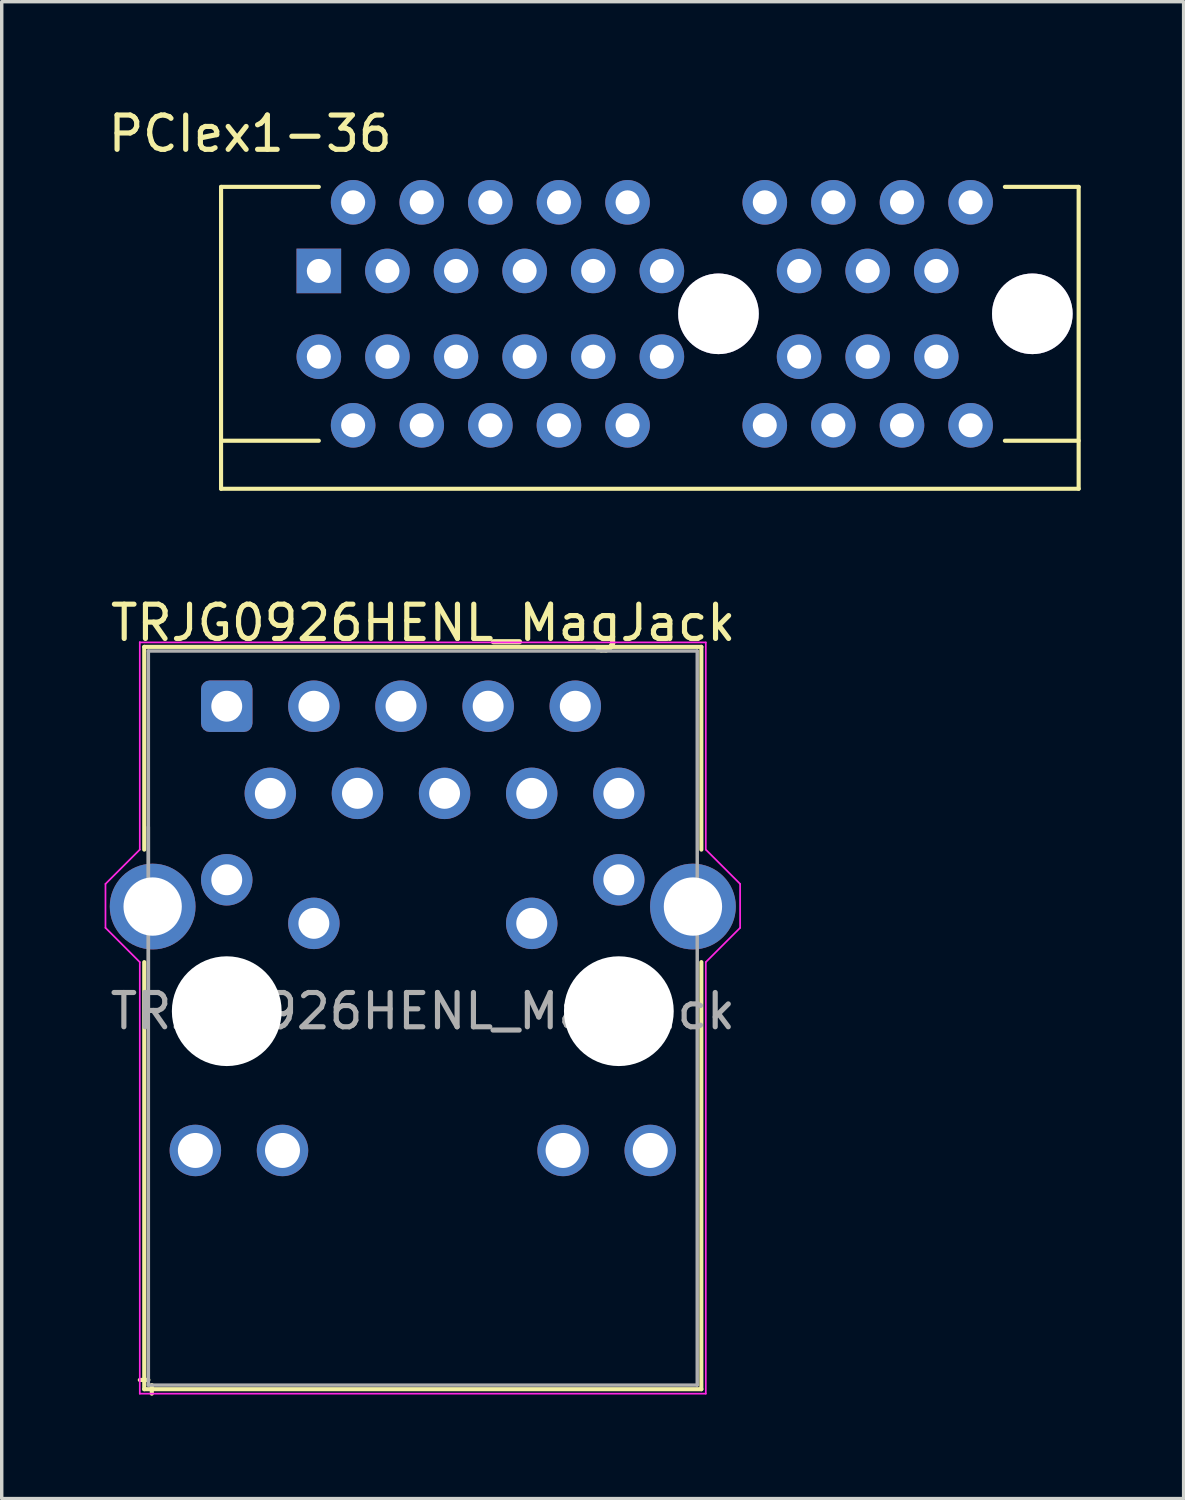
<source format=kicad_pcb>
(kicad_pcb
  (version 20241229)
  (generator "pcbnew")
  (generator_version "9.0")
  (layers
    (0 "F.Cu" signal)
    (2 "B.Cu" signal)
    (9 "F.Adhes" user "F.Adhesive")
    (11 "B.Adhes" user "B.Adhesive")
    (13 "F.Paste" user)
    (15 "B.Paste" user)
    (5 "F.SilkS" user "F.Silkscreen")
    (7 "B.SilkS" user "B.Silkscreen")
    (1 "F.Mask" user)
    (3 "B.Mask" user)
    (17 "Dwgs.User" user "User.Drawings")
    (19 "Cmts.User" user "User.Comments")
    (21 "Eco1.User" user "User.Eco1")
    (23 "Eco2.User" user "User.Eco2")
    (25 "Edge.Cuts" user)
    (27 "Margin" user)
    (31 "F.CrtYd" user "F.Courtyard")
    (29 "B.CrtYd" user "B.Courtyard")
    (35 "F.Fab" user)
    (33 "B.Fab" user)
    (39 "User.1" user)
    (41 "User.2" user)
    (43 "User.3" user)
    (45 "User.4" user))
  (footprint "TRJG0926HENL_MagJack"
    (layer "F.Cu")
    (at 9.275 26.427)
    (property "Reference" "TRJG0926HENL_MagJack" (at 0.01 -11.32 0) (layer "F.SilkS") (effects (font (size 1 1) (thickness 0.15))))
    (attr through_hole)
    (fp_line (start -8.12 -10.62) (end -8.12 -4.71) (stroke (width 0.12) (type solid)) (layer "F.SilkS"))
    (fp_line (start -8.12 -10.62) (end 8.12 -10.62) (stroke (width 0.12) (type solid)) (layer "F.SilkS"))
    (fp_line (start -8.12 -1.43) (end -8.12 11.02) (stroke (width 0.12) (type solid)) (layer "F.SilkS"))
    (fp_line (start -8 10.75) (end -8.25 10.75) (stroke (width 0.12) (type solid)) (layer "F.SilkS"))
    (fp_line (start -7.9 10.9) (end -7.9 11.15) (stroke (width 0.12) (type solid)) (layer "F.SilkS"))
    (fp_line (start 8.12 -10.62) (end 8.12 -4.71) (stroke (width 0.12) (type solid)) (layer "F.SilkS"))
    (fp_line (start 8.12 -1.43) (end 8.12 11.02) (stroke (width 0.12) (type solid)) (layer "F.SilkS"))
    (fp_line (start 8.12 11.02) (end -8.12 11.02) (stroke (width 0.12) (type solid)) (layer "F.SilkS"))
    (fp_line (start -9.25 -2.43) (end -9.25 -3.71) (stroke (width 0.05) (type solid)) (layer "F.CrtYd"))
    (fp_line (start -9.25 -2.43) (end -8.25 -1.43) (stroke (width 0.05) (type solid)) (layer "F.CrtYd"))
    (fp_line (start -8.25 -10.75) (end 8.25 -10.75) (stroke (width 0.05) (type solid)) (layer "F.CrtYd"))
    (fp_line (start -8.25 -4.71) (end -9.25 -3.71) (stroke (width 0.05) (type solid)) (layer "F.CrtYd"))
    (fp_line (start -8.25 -4.71) (end -8.25 -10.76) (stroke (width 0.05) (type solid)) (layer "F.CrtYd"))
    (fp_line (start -8.25 -1.43) (end -8.25 11.15) (stroke (width 0.05) (type solid)) (layer "F.CrtYd"))
    (fp_line (start -8.25 11.15) (end 8.25 11.15) (stroke (width 0.05) (type solid)) (layer "F.CrtYd"))
    (fp_line (start 8.25 -4.71) (end 8.25 -10.75) (stroke (width 0.05) (type solid)) (layer "F.CrtYd"))
    (fp_line (start 8.25 -4.71) (end 9.25 -3.71) (stroke (width 0.05) (type solid)) (layer "F.CrtYd"))
    (fp_line (start 8.25 -1.43) (end 8.25 11.15) (stroke (width 0.05) (type solid)) (layer "F.CrtYd"))
    (fp_line (start 9.25 -2.43) (end 8.25 -1.43) (stroke (width 0.05) (type solid)) (layer "F.CrtYd"))
    (fp_line (start 9.25 -2.43) (end 9.25 -3.71) (stroke (width 0.05) (type solid)) (layer "F.CrtYd"))
    (fp_line (start -8 -10.5) (end -8 0) (stroke (width 0.1) (type solid)) (layer "F.Fab"))
    (fp_line (start -8 -10.5) (end 8 -10.5) (stroke (width 0.1) (type solid)) (layer "F.Fab"))
    (fp_line (start -8 -5.37) (end -8 10.9) (stroke (width 0.1) (type solid)) (layer "F.Fab"))
    (fp_line (start -8 10.9) (end 8 10.9) (stroke (width 0.1) (type solid)) (layer "F.Fab"))
    (fp_line (start 8 -10.5) (end 8 10.9) (stroke (width 0.1) (type solid)) (layer "F.Fab"))
    (fp_text user "${REFERENCE}" (at 0 0 0) (layer "F.Fab") (effects (font (size 1 1) (thickness 0.15))))
    (pad "" np_thru_hole circle (at -5.715 0) (size 3.2 3.2) (drill 3.2) (layers "*.Cu" "*.Mask"))
    (pad "" np_thru_hole circle (at 5.715 0) (size 3.2 3.2) (drill 3.2) (layers "*.Cu" "*.Mask"))
    (pad "1" thru_hole roundrect (at -5.715 -8.89) (size 1.5 1.5) (drill 0.9) (layers "*.Cu" "*.Mask") (roundrect_rratio 0.167))
    (pad "2" thru_hole circle (at -4.445 -6.35) (size 1.5 1.5) (drill 0.9) (layers "*.Cu" "*.Mask"))
    (pad "3" thru_hole circle (at -3.175 -8.89) (size 1.5 1.5) (drill 0.9) (layers "*.Cu" "*.Mask"))
    (pad "4" thru_hole circle (at -1.905 -6.35) (size 1.5 1.5) (drill 0.9) (layers "*.Cu" "*.Mask"))
    (pad "5" thru_hole circle (at -0.635 -8.89) (size 1.5 1.5) (drill 0.9) (layers "*.Cu" "*.Mask"))
    (pad "6" thru_hole circle (at 0.635 -6.35 90) (size 1.5 1.5) (drill 0.9) (layers "*.Cu" "*.Mask"))
    (pad "7" thru_hole circle (at 1.905 -8.89) (size 1.5 1.5) (drill 0.9) (layers "*.Cu" "*.Mask"))
    (pad "8" thru_hole circle (at 3.175 -6.35) (size 1.5 1.5) (drill 0.9) (layers "*.Cu" "*.Mask"))
    (pad "9" thru_hole circle (at 4.445 -8.89) (size 1.5 1.5) (drill 0.9) (layers "*.Cu" "*.Mask"))
    (pad "10" thru_hole circle (at 5.715 -6.35) (size 1.5 1.5) (drill 0.9) (layers "*.Cu" "*.Mask"))
    (pad "11" thru_hole circle (at -5.715 -3.83) (size 1.5 1.5) (drill 0.9) (layers "*.Cu" "*.Mask"))
    (pad "12" thru_hole circle (at -3.175 -2.56) (size 1.5 1.5) (drill 0.9) (layers "*.Cu" "*.Mask"))
    (pad "13" thru_hole circle (at 3.175 -2.56) (size 1.5 1.5) (drill 0.9) (layers "*.Cu" "*.Mask"))
    (pad "14" thru_hole circle (at 5.715 -3.83) (size 1.5 1.5) (drill 0.9) (layers "*.Cu" "*.Mask"))
    (pad "15" thru_hole circle (at -6.63 4.06) (size 1.5 1.5) (drill 1.02) (layers "*.Cu" "*.Mask"))
    (pad "16" thru_hole circle (at -4.09 4.06) (size 1.5 1.5) (drill 1.02) (layers "*.Cu" "*.Mask"))
    (pad "17" thru_hole circle (at 4.09 4.06) (size 1.5 1.5) (drill 1.02) (layers "*.Cu" "*.Mask"))
    (pad "18" thru_hole circle (at 6.63 4.06) (size 1.5 1.5) (drill 1.02) (layers "*.Cu" "*.Mask"))
    (pad "19" thru_hole circle (at -7.875 -3.05) (size 2.5 2.5) (drill 1.7) (layers "*.Cu" "*.Mask"))
    (pad "20" thru_hole circle (at 7.875 -3.05) (size 2.5 2.5) (drill 1.7) (layers "*.Cu" "*.Mask")))
  (footprint "PCIex1-36"
    (layer "F.Cu")
    (at 6.244 4.848)
    (property "Reference" "PCIex1-36" (at -2 -4 0) (layer "F.SilkS") (effects (font (size 1 1) (thickness 0.15))))
    (attr through_hole)
    (fp_line (start -2.85 -2.45) (end 0 -2.45) (stroke (width 0.12) (type solid)) (layer "F.SilkS"))
    (fp_line (start -2.85 6.35) (end -2.85 -2.45) (stroke (width 0.12) (type solid)) (layer "F.SilkS"))
    (fp_line (start -2.85 6.35) (end 22.15 6.35) (stroke (width 0.12) (type solid)) (layer "F.SilkS"))
    (fp_line (start 0 4.95) (end -2.85 4.95) (stroke (width 0.12) (type solid)) (layer "F.SilkS"))
    (fp_line (start 22.15 -2.45) (end 20 -2.45) (stroke (width 0.12) (type solid)) (layer "F.SilkS"))
    (fp_line (start 22.15 -2.45) (end 22.15 6.35) (stroke (width 0.12) (type solid)) (layer "F.SilkS"))
    (fp_line (start 22.15 4.95) (end 20 4.95) (stroke (width 0.12) (type solid)) (layer "F.SilkS"))
    (pad "19" thru_hole circle (at 11.65 1.25) (size 2.35 2.35) (drill 2.35) (layers "*.Cu" "*.Mask"))
    (pad "19" thru_hole circle (at 20.8 1.25) (size 2.35 2.35) (drill 2.35) (layers "*.Cu" "*.Mask"))
    (pad "A1" thru_hole rect (at 0 0) (size 1.3 1.3) (drill 0.7) (layers "*.Cu" "*.Mask"))
    (pad "A2" thru_hole circle (at 1 -2) (size 1.3 1.3) (drill 0.7) (layers "*.Cu" "*.Mask"))
    (pad "A3" thru_hole circle (at 2 0) (size 1.3 1.3) (drill 0.7) (layers "*.Cu" "*.Mask"))
    (pad "A4" thru_hole circle (at 3 -2) (size 1.3 1.3) (drill 0.7) (layers "*.Cu" "*.Mask"))
    (pad "A5" thru_hole circle (at 4 0) (size 1.3 1.3) (drill 0.7) (layers "*.Cu" "*.Mask"))
    (pad "A6" thru_hole circle (at 5 -2) (size 1.3 1.3) (drill 0.7) (layers "*.Cu" "*.Mask"))
    (pad "A7" thru_hole circle (at 6 0) (size 1.3 1.3) (drill 0.7) (layers "*.Cu" "*.Mask"))
    (pad "A8" thru_hole circle (at 7 -2) (size 1.3 1.3) (drill 0.7) (layers "*.Cu" "*.Mask"))
    (pad "A9" thru_hole circle (at 8 0) (size 1.3 1.3) (drill 0.7) (layers "*.Cu" "*.Mask"))
    (pad "A10" thru_hole circle (at 9 -2) (size 1.3 1.3) (drill 0.7) (layers "*.Cu" "*.Mask"))
    (pad "A11" thru_hole circle (at 10 0) (size 1.3 1.3) (drill 0.7) (layers "*.Cu" "*.Mask"))
    (pad "A12" thru_hole circle (at 13 -2) (size 1.3 1.3) (drill 0.7) (layers "*.Cu" "*.Mask"))
    (pad "A13" thru_hole circle (at 14 0) (size 1.3 1.3) (drill 0.7) (layers "*.Cu" "*.Mask"))
    (pad "A14" thru_hole circle (at 15 -2) (size 1.3 1.3) (drill 0.7) (layers "*.Cu" "*.Mask"))
    (pad "A15" thru_hole circle (at 16 0) (size 1.3 1.3) (drill 0.7) (layers "*.Cu" "*.Mask"))
    (pad "A16" thru_hole circle (at 17 -2) (size 1.3 1.3) (drill 0.7) (layers "*.Cu" "*.Mask"))
    (pad "A17" thru_hole circle (at 18 0) (size 1.3 1.3) (drill 0.7) (layers "*.Cu" "*.Mask"))
    (pad "A18" thru_hole circle (at 19 -2) (size 1.3 1.3) (drill 0.7) (layers "*.Cu" "*.Mask"))
    (pad "B1" thru_hole circle (at 0 2.5) (size 1.3 1.3) (drill 0.7) (layers "*.Cu" "*.Mask"))
    (pad "B2" thru_hole circle (at 1 4.5) (size 1.3 1.3) (drill 0.7) (layers "*.Cu" "*.Mask"))
    (pad "B3" thru_hole circle (at 2 2.5) (size 1.3 1.3) (drill 0.7) (layers "*.Cu" "*.Mask"))
    (pad "B4" thru_hole circle (at 3 4.5) (size 1.3 1.3) (drill 0.7) (layers "*.Cu" "*.Mask"))
    (pad "B5" thru_hole circle (at 4 2.5) (size 1.3 1.3) (drill 0.7) (layers "*.Cu" "*.Mask"))
    (pad "B6" thru_hole circle (at 5 4.5) (size 1.3 1.3) (drill 0.7) (layers "*.Cu" "*.Mask"))
    (pad "B7" thru_hole circle (at 6 2.5) (size 1.3 1.3) (drill 0.7) (layers "*.Cu" "*.Mask"))
    (pad "B8" thru_hole circle (at 7 4.5) (size 1.3 1.3) (drill 0.7) (layers "*.Cu" "*.Mask"))
    (pad "B9" thru_hole circle (at 8 2.5) (size 1.3 1.3) (drill 0.7) (layers "*.Cu" "*.Mask"))
    (pad "B10" thru_hole circle (at 9 4.5) (size 1.3 1.3) (drill 0.7) (layers "*.Cu" "*.Mask"))
    (pad "B11" thru_hole circle (at 10 2.5) (size 1.3 1.3) (drill 0.7) (layers "*.Cu" "*.Mask"))
    (pad "B12" thru_hole circle (at 13 4.5) (size 1.3 1.3) (drill 0.7) (layers "*.Cu" "*.Mask"))
    (pad "B13" thru_hole circle (at 14 2.5) (size 1.3 1.3) (drill 0.7) (layers "*.Cu" "*.Mask"))
    (pad "B14" thru_hole circle (at 15 4.5) (size 1.3 1.3) (drill 0.7) (layers "*.Cu" "*.Mask"))
    (pad "B15" thru_hole circle (at 16 2.5) (size 1.3 1.3) (drill 0.7) (layers "*.Cu" "*.Mask"))
    (pad "B16" thru_hole circle (at 17 4.5) (size 1.3 1.3) (drill 0.7) (layers "*.Cu" "*.Mask"))
    (pad "B17" thru_hole circle (at 18 2.5) (size 1.3 1.3) (drill 0.7) (layers "*.Cu" "*.Mask"))
    (pad "B18" thru_hole circle (at 19 4.5) (size 1.3 1.3) (drill 0.7) (layers "*.Cu" "*.Mask")))
  (gr_rect
    (start -3 -3)
    (end 31.454 40.636)
    (stroke (width 0.1) (type default))
    (fill no)
    (layer "Edge.Cuts")))
</source>
